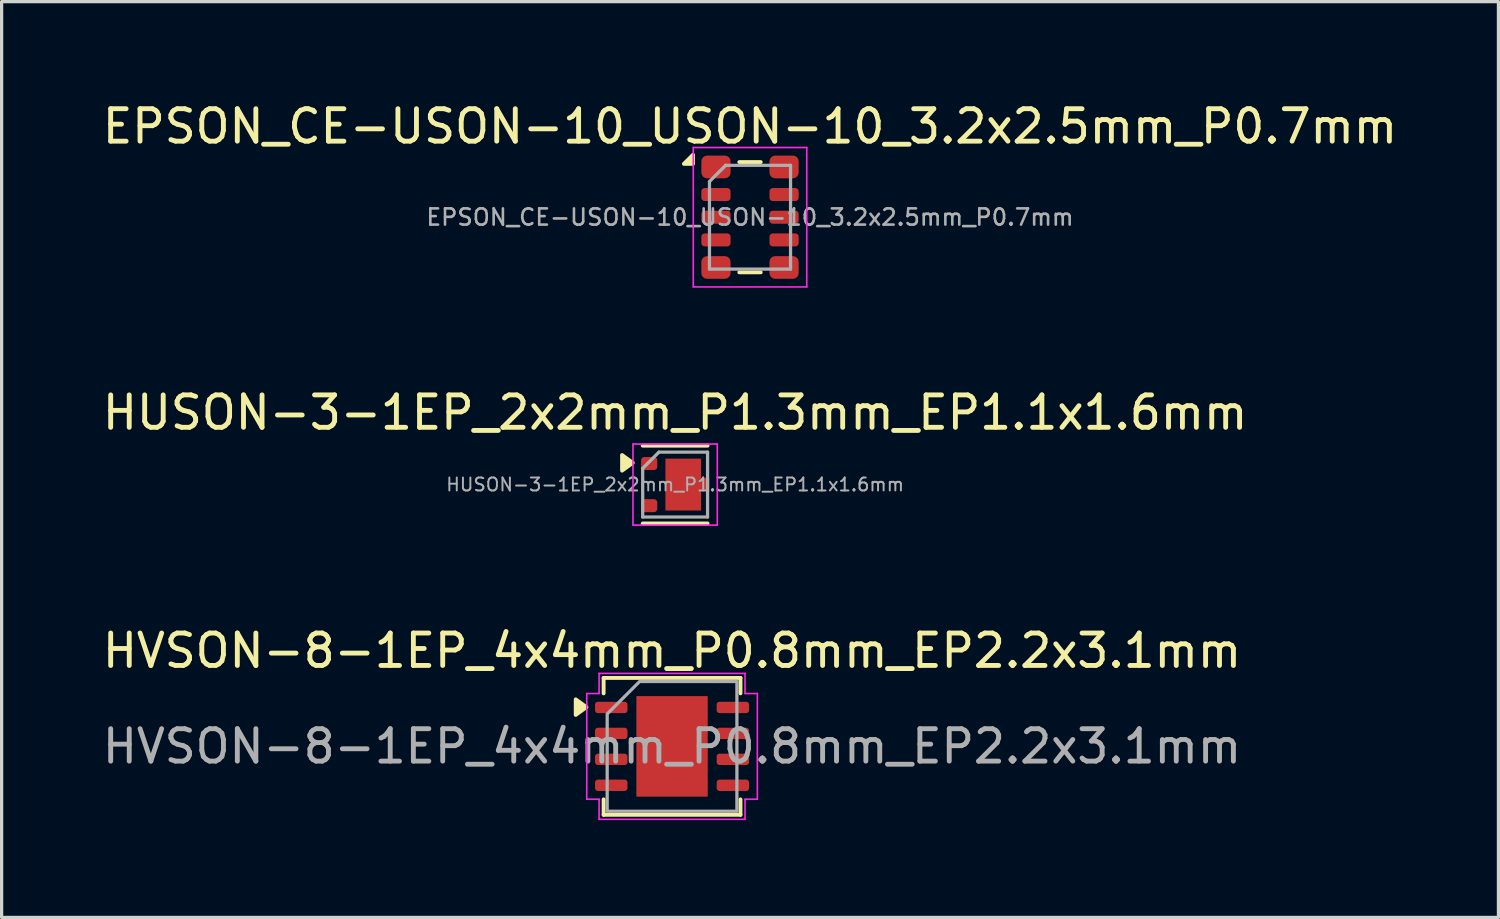
<source format=kicad_pcb>
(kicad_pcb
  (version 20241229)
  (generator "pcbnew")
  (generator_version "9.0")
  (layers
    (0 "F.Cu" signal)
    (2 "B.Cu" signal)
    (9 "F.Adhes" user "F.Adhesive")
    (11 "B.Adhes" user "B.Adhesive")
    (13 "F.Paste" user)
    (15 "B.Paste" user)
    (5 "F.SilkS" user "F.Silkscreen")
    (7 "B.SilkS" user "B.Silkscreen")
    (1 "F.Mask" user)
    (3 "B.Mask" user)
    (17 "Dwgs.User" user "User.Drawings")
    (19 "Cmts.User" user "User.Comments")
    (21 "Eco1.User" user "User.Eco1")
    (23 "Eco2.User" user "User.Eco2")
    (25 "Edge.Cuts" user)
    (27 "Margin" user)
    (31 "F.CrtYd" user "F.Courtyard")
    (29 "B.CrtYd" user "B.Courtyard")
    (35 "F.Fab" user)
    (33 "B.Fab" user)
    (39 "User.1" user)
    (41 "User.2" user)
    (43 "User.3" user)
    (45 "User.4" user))
  (footprint "HUSON-3-1EP_2x2mm_P1.3mm_EP1.1x1.6mm"
    (layer "F.Cu")
    (at 17.768 11.892)
    (property "Reference" "HUSON-3-1EP_2x2mm_P1.3mm_EP1.1x1.6mm" (at 0 -2.22 0) (layer "F.SilkS") (effects (font (size 1 1) (thickness 0.15))))
    (attr smd)
    (fp_line (start 1 -1.2) (end -1 -1.2) (stroke (width 0.12) (type solid)) (layer "F.SilkS"))
    (fp_line (start 1 1.2) (end -1 1.2) (stroke (width 0.12) (type solid)) (layer "F.SilkS"))
    (fp_poly (pts (xy -1.306 -0.67) (xy -1.636 -0.43) (xy -1.636 -0.91) (xy -1.306 -0.67)) (stroke (width 0.12) (type solid)) (fill yes) (layer "F.SilkS"))
    (fp_line (start -1.3 -1.25) (end 1.3 -1.25) (stroke (width 0.05) (type solid)) (layer "F.CrtYd"))
    (fp_line (start -1.3 1.25) (end -1.3 -1.25) (stroke (width 0.05) (type solid)) (layer "F.CrtYd"))
    (fp_line (start 1.3 -1.25) (end 1.3 1.25) (stroke (width 0.05) (type solid)) (layer "F.CrtYd"))
    (fp_line (start 1.3 1.25) (end -1.3 1.25) (stroke (width 0.05) (type solid)) (layer "F.CrtYd"))
    (fp_line (start -1 -0.5) (end -0.5 -1) (stroke (width 0.1) (type solid)) (layer "F.Fab"))
    (fp_line (start -1 1) (end -1 -0.5) (stroke (width 0.1) (type solid)) (layer "F.Fab"))
    (fp_line (start -0.5 -1) (end 1 -1) (stroke (width 0.1) (type solid)) (layer "F.Fab"))
    (fp_line (start 1 -1) (end 1 1) (stroke (width 0.1) (type solid)) (layer "F.Fab"))
    (fp_line (start 1 1) (end -1 1) (stroke (width 0.1) (type solid)) (layer "F.Fab"))
    (fp_text user "${REFERENCE}" (at 0 0 0) (layer "F.Fab") (effects (font (size 0.4 0.4) (thickness 0.06))))
    (pad "" smd roundrect (at 0.25 -0.42 90) (size 0.64 0.97) (layers "F.Paste") (roundrect_rratio 0.25))
    (pad "" smd roundrect (at 0.25 0.38 90) (size 0.64 0.97) (layers "F.Paste") (roundrect_rratio 0.25))
    (pad "1" smd roundrect (at -0.8 -0.65) (size 0.5 0.4) (layers "F.Cu" "F.Mask" "F.Paste") (roundrect_rratio 0.25))
    (pad "2" smd roundrect (at -0.8 0.65) (size 0.5 0.4) (layers "F.Cu" "F.Mask" "F.Paste") (roundrect_rratio 0.25))
    (pad "3" smd rect (at 0.25 0) (size 1.1 1.6) (layers "F.Cu" "F.Mask"))
    (pad "3" smd rect (at 0.925 0) (size 0.25 0.4) (layers "F.Cu" "F.Mask" "F.Paste")))
  (footprint "EPSON_CE-USON-10_USON-10_3.2x2.5mm_P0.7mm"
    (layer "F.Cu")
    (at 20.077 3.648)
    (property "Reference" "EPSON_CE-USON-10_USON-10_3.2x2.5mm_P0.7mm" (at 0 -2.8 0) (layer "F.SilkS") (effects (font (size 1 1) (thickness 0.15))))
    (attr smd)
    (fp_line (start -0.33 -1.7) (end 0.33 -1.7) (stroke (width 0.12) (type solid)) (layer "F.SilkS"))
    (fp_line (start -0.33 1.7) (end 0.33 1.7) (stroke (width 0.12) (type solid)) (layer "F.SilkS"))
    (fp_poly (pts (xy -1.758 -1.645) (xy -2.038 -1.645) (xy -1.758 -1.925) (xy -1.758 -1.645)) (stroke (width 0.12) (type solid)) (fill yes) (layer "F.SilkS"))
    (fp_line (start -1.75 -2.15) (end -1.75 2.15) (stroke (width 0.05) (type solid)) (layer "F.CrtYd"))
    (fp_line (start -1.75 -2.15) (end 1.75 -2.15) (stroke (width 0.05) (type solid)) (layer "F.CrtYd"))
    (fp_line (start -1.75 2.15) (end 1.75 2.15) (stroke (width 0.05) (type solid)) (layer "F.CrtYd"))
    (fp_line (start 1.75 -2.15) (end 1.75 2.15) (stroke (width 0.05) (type solid)) (layer "F.CrtYd"))
    (fp_line (start -1.25 -1.1) (end -1.25 1.6) (stroke (width 0.1) (type solid)) (layer "F.Fab"))
    (fp_line (start -1.25 -1.1) (end -0.75 -1.6) (stroke (width 0.1) (type default)) (layer "F.Fab"))
    (fp_line (start -1.25 1.6) (end 1.25 1.6) (stroke (width 0.1) (type solid)) (layer "F.Fab"))
    (fp_line (start -0.75 -1.6) (end 1.25 -1.6) (stroke (width 0.1) (type solid)) (layer "F.Fab"))
    (fp_line (start 1.25 -1.6) (end 1.25 1.6) (stroke (width 0.1) (type solid)) (layer "F.Fab"))
    (fp_text user "${REFERENCE}" (at 0 0 0) (layer "F.Fab") (effects (font (size 0.5 0.5) (thickness 0.08))))
    (pad "1" smd roundrect (at -1.05 -1.55) (size 0.9 0.7) (layers "F.Cu" "F.Mask" "F.Paste") (roundrect_rratio 0.25))
    (pad "2" smd roundrect (at -1.05 -0.7) (size 0.9 0.4) (layers "F.Cu" "F.Mask" "F.Paste") (roundrect_rratio 0.25))
    (pad "3" smd roundrect (at -1.05 0) (size 0.9 0.4) (layers "F.Cu" "F.Mask" "F.Paste") (roundrect_rratio 0.25))
    (pad "4" smd roundrect (at -1.05 0.7) (size 0.9 0.4) (layers "F.Cu" "F.Mask" "F.Paste") (roundrect_rratio 0.25))
    (pad "5" smd roundrect (at -1.05 1.55) (size 0.9 0.7) (layers "F.Cu" "F.Mask" "F.Paste") (roundrect_rratio 0.25))
    (pad "6" smd roundrect (at 1.05 1.55) (size 0.9 0.7) (layers "F.Cu" "F.Mask" "F.Paste") (roundrect_rratio 0.25))
    (pad "7" smd roundrect (at 1.05 0.7) (size 0.9 0.4) (layers "F.Cu" "F.Mask" "F.Paste") (roundrect_rratio 0.25))
    (pad "8" smd roundrect (at 1.05 0) (size 0.9 0.4) (layers "F.Cu" "F.Mask" "F.Paste") (roundrect_rratio 0.25))
    (pad "9" smd roundrect (at 1.05 -0.7) (size 0.9 0.4) (layers "F.Cu" "F.Mask" "F.Paste") (roundrect_rratio 0.25))
    (pad "10" smd roundrect (at 1.05 -1.55) (size 0.9 0.7) (layers "F.Cu" "F.Mask" "F.Paste") (roundrect_rratio 0.25)))
  (footprint "HVSON-8-1EP_4x4mm_P0.8mm_EP2.2x3.1mm"
    (layer "F.Cu")
    (at 17.673 19.965)
    (property "Reference" "HVSON-8-1EP_4x4mm_P0.8mm_EP2.2x3.1mm" (at 0 -2.95 0) (layer "F.SilkS") (effects (font (size 1 1) (thickness 0.15))))
    (attr smd)
    (fp_line (start -2.11 -2.11) (end 2.11 -2.11) (stroke (width 0.12) (type solid)) (layer "F.SilkS"))
    (fp_line (start -2.11 -1.635) (end -2.11 -2.11) (stroke (width 0.12) (type solid)) (layer "F.SilkS"))
    (fp_line (start -2.11 2.11) (end -2.11 1.635) (stroke (width 0.12) (type solid)) (layer "F.SilkS"))
    (fp_line (start 2.11 -2.11) (end 2.11 -1.635) (stroke (width 0.12) (type solid)) (layer "F.SilkS"))
    (fp_line (start 2.11 1.635) (end 2.11 2.11) (stroke (width 0.12) (type solid)) (layer "F.SilkS"))
    (fp_line (start 2.11 2.11) (end -2.11 2.11) (stroke (width 0.12) (type solid)) (layer "F.SilkS"))
    (fp_poly (pts (xy -2.64 -1.21) (xy -2.97 -0.97) (xy -2.97 -1.45)) (stroke (width 0.12) (type solid)) (fill yes) (layer "F.SilkS"))
    (fp_line (start -2.63 -1.63) (end -2.25 -1.63) (stroke (width 0.05) (type solid)) (layer "F.CrtYd"))
    (fp_line (start -2.63 1.63) (end -2.63 -1.63) (stroke (width 0.05) (type solid)) (layer "F.CrtYd"))
    (fp_line (start -2.25 -2.25) (end 2.25 -2.25) (stroke (width 0.05) (type solid)) (layer "F.CrtYd"))
    (fp_line (start -2.25 -1.63) (end -2.25 -2.25) (stroke (width 0.05) (type solid)) (layer "F.CrtYd"))
    (fp_line (start -2.25 1.63) (end -2.63 1.63) (stroke (width 0.05) (type solid)) (layer "F.CrtYd"))
    (fp_line (start -2.25 2.25) (end -2.25 1.63) (stroke (width 0.05) (type solid)) (layer "F.CrtYd"))
    (fp_line (start 2.25 -2.25) (end 2.25 -1.63) (stroke (width 0.05) (type solid)) (layer "F.CrtYd"))
    (fp_line (start 2.25 -1.63) (end 2.63 -1.63) (stroke (width 0.05) (type solid)) (layer "F.CrtYd"))
    (fp_line (start 2.25 1.63) (end 2.25 2.25) (stroke (width 0.05) (type solid)) (layer "F.CrtYd"))
    (fp_line (start 2.25 2.25) (end -2.25 2.25) (stroke (width 0.05) (type solid)) (layer "F.CrtYd"))
    (fp_line (start 2.63 -1.63) (end 2.63 1.63) (stroke (width 0.05) (type solid)) (layer "F.CrtYd"))
    (fp_line (start 2.63 1.63) (end 2.25 1.63) (stroke (width 0.05) (type solid)) (layer "F.CrtYd"))
    (fp_poly (pts (xy -2 -1) (xy -2 2) (xy 2 2) (xy 2 -2) (xy -1 -2)) (stroke (width 0.1) (type solid)) (fill no) (layer "F.Fab"))
    (fp_text user "${REFERENCE}" (at 0 0 0) (layer "F.Fab") (effects (font (size 1 1) (thickness 0.15))))
    (pad "" smd roundrect (at -0.55 -0.775) (size 0.89 1.25) (layers "F.Paste") (roundrect_rratio 0.25))
    (pad "" smd roundrect (at -0.55 0.775) (size 0.89 1.25) (layers "F.Paste") (roundrect_rratio 0.25))
    (pad "" smd roundrect (at 0.55 -0.775) (size 0.89 1.25) (layers "F.Paste") (roundrect_rratio 0.25))
    (pad "" smd roundrect (at 0.55 0.775) (size 0.89 1.25) (layers "F.Paste") (roundrect_rratio 0.25))
    (pad "1" smd roundrect (at -1.875 -1.2) (size 1 0.35) (layers "F.Cu" "F.Mask" "F.Paste") (roundrect_rratio 0.25))
    (pad "2" smd roundrect (at -1.875 -0.4) (size 1 0.35) (layers "F.Cu" "F.Mask" "F.Paste") (roundrect_rratio 0.25))
    (pad "3" smd roundrect (at -1.875 0.4) (size 1 0.35) (layers "F.Cu" "F.Mask" "F.Paste") (roundrect_rratio 0.25))
    (pad "4" smd roundrect (at -1.875 1.2) (size 1 0.35) (layers "F.Cu" "F.Mask" "F.Paste") (roundrect_rratio 0.25))
    (pad "5" smd roundrect (at 1.875 1.2) (size 1 0.35) (layers "F.Cu" "F.Mask" "F.Paste") (roundrect_rratio 0.25))
    (pad "6" smd roundrect (at 1.875 0.4) (size 1 0.35) (layers "F.Cu" "F.Mask" "F.Paste") (roundrect_rratio 0.25))
    (pad "7" smd roundrect (at 1.875 -0.4) (size 1 0.35) (layers "F.Cu" "F.Mask" "F.Paste") (roundrect_rratio 0.25))
    (pad "8" smd roundrect (at 1.875 -1.2) (size 1 0.35) (layers "F.Cu" "F.Mask" "F.Paste") (roundrect_rratio 0.25))
    (pad "9" smd rect (at 0 0) (size 2.2 3.1) (property pad_prop_heatsink) (layers "F.Cu" "F.Mask")))
  (gr_rect
    (start -3 -3)
    (end 43.155 25.24)
    (stroke (width 0.1) (type default))
    (fill no)
    (layer "Edge.Cuts")))
</source>
